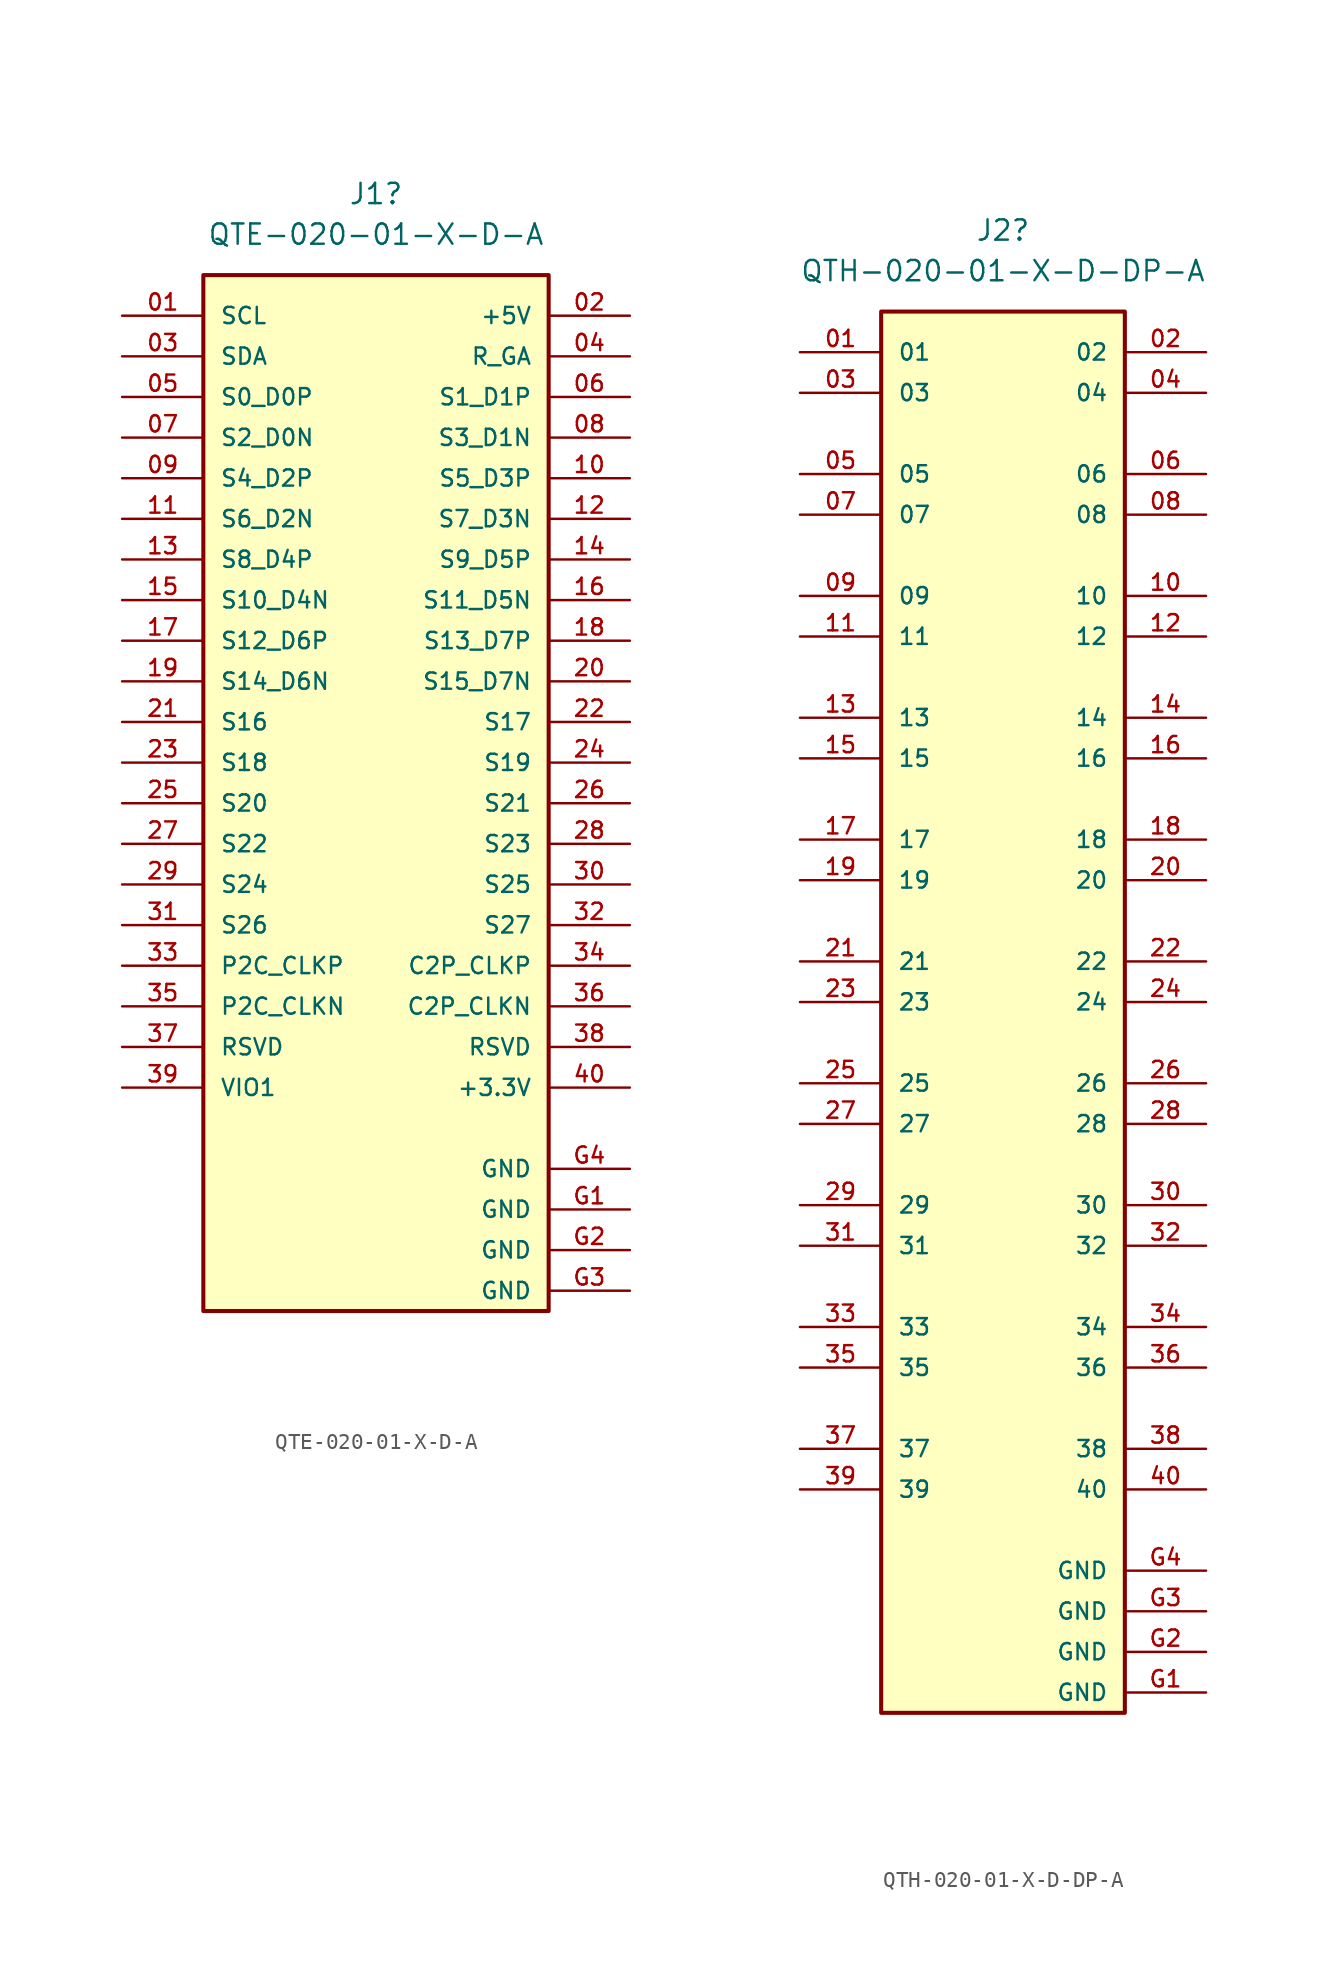
<source format=kicad_sym>
(kicad_symbol_lib
  (version 20231120)
  (generator "kicad_symbol_editor")
  (generator_version "8.0")
  (symbol "QTE-020-01-X-D-A"
    (pin_names
      (offset 1.016))
    (property "Reference" "J1"
      (at -3.175 33.02 0)
      (effects (font (size 1.27 1.27))))
    (property "Value" "QTE-020-01-X-D-A"
      (at -3.175 30.48 0)
      (effects (font (size 1.27 1.27))))
    (symbol "QTE-020-01-X-D-A_0_0"
      (rectangle (start -13.97 27.94) (end 7.62 -36.83) (stroke (width 0.254) (type default)) (fill (type background)))
      (pin passive line (at -19.05 25.4 0) (length 5.08) (name "SCL" (effects (font (size 1.016 1.016)))) (number "01" (effects (font (size 1.016 1.016)))))
      (pin passive line (at 12.7 25.4 180) (length 5.08) (name "+5V" (effects (font (size 1.016 1.016)))) (number "02" (effects (font (size 1.016 1.016)))))
      (pin passive line (at -19.05 22.86 0) (length 5.08) (name "SDA" (effects (font (size 1.016 1.016)))) (number "03" (effects (font (size 1.016 1.016)))))
      (pin passive line (at 12.7 22.86 180) (length 5.08) (name "R_GA" (effects (font (size 1.016 1.016)))) (number "04" (effects (font (size 1.016 1.016)))))
      (pin passive line (at -19.05 20.32 0) (length 5.08) (name "S0_D0P" (effects (font (size 1.016 1.016)))) (number "05" (effects (font (size 1.016 1.016)))))
      (pin passive line (at 12.7 20.32 180) (length 5.08) (name "S1_D1P" (effects (font (size 1.016 1.016)))) (number "06" (effects (font (size 1.016 1.016)))))
      (pin passive line (at -19.05 17.78 0) (length 5.08) (name "S2_D0N" (effects (font (size 1.016 1.016)))) (number "07" (effects (font (size 1.016 1.016)))))
      (pin passive line (at 12.7 17.78 180) (length 5.08) (name "S3_D1N" (effects (font (size 1.016 1.016)))) (number "08" (effects (font (size 1.016 1.016)))))
      (pin passive line (at -19.05 15.24 0) (length 5.08) (name "S4_D2P" (effects (font (size 1.016 1.016)))) (number "09" (effects (font (size 1.016 1.016)))))
      (pin passive line (at 12.7 15.24 180) (length 5.08) (name "S5_D3P" (effects (font (size 1.016 1.016)))) (number "10" (effects (font (size 1.016 1.016)))))
      (pin passive line (at -19.05 12.7 0) (length 5.08) (name "S6_D2N" (effects (font (size 1.016 1.016)))) (number "11" (effects (font (size 1.016 1.016)))))
      (pin passive line (at 12.7 12.7 180) (length 5.08) (name "S7_D3N" (effects (font (size 1.016 1.016)))) (number "12" (effects (font (size 1.016 1.016)))))
      (pin passive line (at -19.05 10.16 0) (length 5.08) (name "S8_D4P" (effects (font (size 1.016 1.016)))) (number "13" (effects (font (size 1.016 1.016)))))
      (pin passive line (at 12.7 10.16 180) (length 5.08) (name "S9_D5P" (effects (font (size 1.016 1.016)))) (number "14" (effects (font (size 1.016 1.016)))))
      (pin passive line (at -19.05 7.62 0) (length 5.08) (name "S10_D4N" (effects (font (size 1.016 1.016)))) (number "15" (effects (font (size 1.016 1.016)))))
      (pin passive line (at 12.7 7.62 180) (length 5.08) (name "S11_D5N" (effects (font (size 1.016 1.016)))) (number "16" (effects (font (size 1.016 1.016)))))
      (pin passive line (at -19.05 5.08 0) (length 5.08) (name "S12_D6P" (effects (font (size 1.016 1.016)))) (number "17" (effects (font (size 1.016 1.016)))))
      (pin passive line (at 12.7 5.08 180) (length 5.08) (name "S13_D7P" (effects (font (size 1.016 1.016)))) (number "18" (effects (font (size 1.016 1.016)))))
      (pin passive line (at -19.05 2.54 0) (length 5.08) (name "S14_D6N" (effects (font (size 1.016 1.016)))) (number "19" (effects (font (size 1.016 1.016)))))
      (pin passive line (at 12.7 2.54 180) (length 5.08) (name "S15_D7N" (effects (font (size 1.016 1.016)))) (number "20" (effects (font (size 1.016 1.016)))))
      (pin passive line (at -19.05 0 0) (length 5.08) (name "S16" (effects (font (size 1.016 1.016)))) (number "21" (effects (font (size 1.016 1.016)))))
      (pin passive line (at 12.7 0 180) (length 5.08) (name "S17" (effects (font (size 1.016 1.016)))) (number "22" (effects (font (size 1.016 1.016)))))
      (pin passive line (at -19.05 -2.54 0) (length 5.08) (name "S18" (effects (font (size 1.016 1.016)))) (number "23" (effects (font (size 1.016 1.016)))))
      (pin passive line (at 12.7 -2.54 180) (length 5.08) (name "S19" (effects (font (size 1.016 1.016)))) (number "24" (effects (font (size 1.016 1.016)))))
      (pin passive line (at -19.05 -5.08 0) (length 5.08) (name "S20" (effects (font (size 1.016 1.016)))) (number "25" (effects (font (size 1.016 1.016)))))
      (pin passive line (at 12.7 -5.08 180) (length 5.08) (name "S21" (effects (font (size 1.016 1.016)))) (number "26" (effects (font (size 1.016 1.016)))))
      (pin passive line (at -19.05 -7.62 0) (length 5.08) (name "S22" (effects (font (size 1.016 1.016)))) (number "27" (effects (font (size 1.016 1.016)))))
      (pin passive line (at 12.7 -7.62 180) (length 5.08) (name "S23" (effects (font (size 1.016 1.016)))) (number "28" (effects (font (size 1.016 1.016)))))
      (pin passive line (at -19.05 -10.16 0) (length 5.08) (name "S24" (effects (font (size 1.016 1.016)))) (number "29" (effects (font (size 1.016 1.016)))))
      (pin passive line (at 12.7 -10.16 180) (length 5.08) (name "S25" (effects (font (size 1.016 1.016)))) (number "30" (effects (font (size 1.016 1.016)))))
      (pin passive line (at -19.05 -12.7 0) (length 5.08) (name "S26" (effects (font (size 1.016 1.016)))) (number "31" (effects (font (size 1.016 1.016)))))
      (pin passive line (at 12.7 -12.7 180) (length 5.08) (name "S27" (effects (font (size 1.016 1.016)))) (number "32" (effects (font (size 1.016 1.016)))))
      (pin passive line (at -19.05 -15.24 0) (length 5.08) (name "P2C_CLKP" (effects (font (size 1.016 1.016)))) (number "33" (effects (font (size 1.016 1.016)))))
      (pin passive line (at 12.7 -15.24 180) (length 5.08) (name "C2P_CLKP" (effects (font (size 1.016 1.016)))) (number "34" (effects (font (size 1.016 1.016)))))
      (pin passive line (at -19.05 -17.78 0) (length 5.08) (name "P2C_CLKN" (effects (font (size 1.016 1.016)))) (number "35" (effects (font (size 1.016 1.016)))))
      (pin passive line (at 12.7 -17.78 180) (length 5.08) (name "C2P_CLKN" (effects (font (size 1.016 1.016)))) (number "36" (effects (font (size 1.016 1.016)))))
      (pin passive line (at -19.05 -20.32 0) (length 5.08) (name "RSVD" (effects (font (size 1.016 1.016)))) (number "37" (effects (font (size 1.016 1.016)))))
      (pin passive line (at 12.7 -20.32 180) (length 5.08) (name "RSVD" (effects (font (size 1.016 1.016)))) (number "38" (effects (font (size 1.016 1.016)))))
      (pin passive line (at -19.05 -22.86 0) (length 5.08) (name "VIO1" (effects (font (size 1.016 1.016)))) (number "39" (effects (font (size 1.016 1.016)))))
      (pin passive line (at 12.7 -22.86 180) (length 5.08) (name "+3.3V" (effects (font (size 1.016 1.016)))) (number "40" (effects (font (size 1.016 1.016)))))
      (pin power_in line (at 12.7 -30.48 180) (length 5.08) (name "GND" (effects (font (size 1.016 1.016)))) (number "G1" (effects (font (size 1.016 1.016)))))
      (pin power_in line (at 12.7 -33.02 180) (length 5.08) (name "GND" (effects (font (size 1.016 1.016)))) (number "G2" (effects (font (size 1.016 1.016)))))
      (pin power_in line (at 12.7 -35.56 180) (length 5.08) (name "GND" (effects (font (size 1.016 1.016)))) (number "G3" (effects (font (size 1.016 1.016)))))
      (pin power_in line (at 12.7 -27.94 180) (length 5.08) (name "GND" (effects (font (size 1.016 1.016)))) (number "G4" (effects (font (size 1.016 1.016)))))))
  (symbol "QTH-020-01-X-D-DP-A"
    (pin_names
      (offset 1.016))
    (property "Reference" "J2"
      (at 0 45.72 0)
      (effects (font (size 1.27 1.27))))
    (property "Value" "QTH-020-01-X-D-DP-A"
      (at 0 43.18 0)
      (effects (font (size 1.27 1.27))))
    (symbol "QTH-020-01-X-D-DP-A_0_0"
      (rectangle (start -7.62 40.64) (end 7.62 -46.99) (stroke (width 0.254) (type default)) (fill (type background)))
      (pin passive line (at -12.7 38.1 0) (length 5.08) (name "01" (effects (font (size 1.016 1.016)))) (number "01" (effects (font (size 1.016 1.016)))))
      (pin passive line (at 12.7 38.1 180) (length 5.08) (name "02" (effects (font (size 1.016 1.016)))) (number "02" (effects (font (size 1.016 1.016)))))
      (pin passive line (at -12.7 35.56 0) (length 5.08) (name "03" (effects (font (size 1.016 1.016)))) (number "03" (effects (font (size 1.016 1.016)))))
      (pin passive line (at 12.7 35.56 180) (length 5.08) (name "04" (effects (font (size 1.016 1.016)))) (number "04" (effects (font (size 1.016 1.016)))))
      (pin passive line (at -12.7 30.48 0) (length 5.08) (name "05" (effects (font (size 1.016 1.016)))) (number "05" (effects (font (size 1.016 1.016)))))
      (pin passive line (at 12.7 30.48 180) (length 5.08) (name "06" (effects (font (size 1.016 1.016)))) (number "06" (effects (font (size 1.016 1.016)))))
      (pin passive line (at -12.7 27.94 0) (length 5.08) (name "07" (effects (font (size 1.016 1.016)))) (number "07" (effects (font (size 1.016 1.016)))))
      (pin passive line (at 12.7 27.94 180) (length 5.08) (name "08" (effects (font (size 1.016 1.016)))) (number "08" (effects (font (size 1.016 1.016)))))
      (pin passive line (at -12.7 22.86 0) (length 5.08) (name "09" (effects (font (size 1.016 1.016)))) (number "09" (effects (font (size 1.016 1.016)))))
      (pin passive line (at 12.7 22.86 180) (length 5.08) (name "10" (effects (font (size 1.016 1.016)))) (number "10" (effects (font (size 1.016 1.016)))))
      (pin passive line (at -12.7 20.32 0) (length 5.08) (name "11" (effects (font (size 1.016 1.016)))) (number "11" (effects (font (size 1.016 1.016)))))
      (pin passive line (at 12.7 20.32 180) (length 5.08) (name "12" (effects (font (size 1.016 1.016)))) (number "12" (effects (font (size 1.016 1.016)))))
      (pin passive line (at -12.7 15.24 0) (length 5.08) (name "13" (effects (font (size 1.016 1.016)))) (number "13" (effects (font (size 1.016 1.016)))))
      (pin passive line (at 12.7 15.24 180) (length 5.08) (name "14" (effects (font (size 1.016 1.016)))) (number "14" (effects (font (size 1.016 1.016)))))
      (pin passive line (at -12.7 12.7 0) (length 5.08) (name "15" (effects (font (size 1.016 1.016)))) (number "15" (effects (font (size 1.016 1.016)))))
      (pin passive line (at 12.7 12.7 180) (length 5.08) (name "16" (effects (font (size 1.016 1.016)))) (number "16" (effects (font (size 1.016 1.016)))))
      (pin passive line (at -12.7 7.62 0) (length 5.08) (name "17" (effects (font (size 1.016 1.016)))) (number "17" (effects (font (size 1.016 1.016)))))
      (pin passive line (at 12.7 7.62 180) (length 5.08) (name "18" (effects (font (size 1.016 1.016)))) (number "18" (effects (font (size 1.016 1.016)))))
      (pin passive line (at -12.7 5.08 0) (length 5.08) (name "19" (effects (font (size 1.016 1.016)))) (number "19" (effects (font (size 1.016 1.016)))))
      (pin passive line (at 12.7 5.08 180) (length 5.08) (name "20" (effects (font (size 1.016 1.016)))) (number "20" (effects (font (size 1.016 1.016)))))
      (pin passive line (at -12.7 0 0) (length 5.08) (name "21" (effects (font (size 1.016 1.016)))) (number "21" (effects (font (size 1.016 1.016)))))
      (pin passive line (at 12.7 0 180) (length 5.08) (name "22" (effects (font (size 1.016 1.016)))) (number "22" (effects (font (size 1.016 1.016)))))
      (pin passive line (at -12.7 -2.54 0) (length 5.08) (name "23" (effects (font (size 1.016 1.016)))) (number "23" (effects (font (size 1.016 1.016)))))
      (pin passive line (at 12.7 -2.54 180) (length 5.08) (name "24" (effects (font (size 1.016 1.016)))) (number "24" (effects (font (size 1.016 1.016)))))
      (pin passive line (at -12.7 -7.62 0) (length 5.08) (name "25" (effects (font (size 1.016 1.016)))) (number "25" (effects (font (size 1.016 1.016)))))
      (pin passive line (at 12.7 -7.62 180) (length 5.08) (name "26" (effects (font (size 1.016 1.016)))) (number "26" (effects (font (size 1.016 1.016)))))
      (pin passive line (at -12.7 -10.16 0) (length 5.08) (name "27" (effects (font (size 1.016 1.016)))) (number "27" (effects (font (size 1.016 1.016)))))
      (pin passive line (at 12.7 -10.16 180) (length 5.08) (name "28" (effects (font (size 1.016 1.016)))) (number "28" (effects (font (size 1.016 1.016)))))
      (pin passive line (at -12.7 -15.24 0) (length 5.08) (name "29" (effects (font (size 1.016 1.016)))) (number "29" (effects (font (size 1.016 1.016)))))
      (pin passive line (at 12.7 -15.24 180) (length 5.08) (name "30" (effects (font (size 1.016 1.016)))) (number "30" (effects (font (size 1.016 1.016)))))
      (pin passive line (at -12.7 -17.78 0) (length 5.08) (name "31" (effects (font (size 1.016 1.016)))) (number "31" (effects (font (size 1.016 1.016)))))
      (pin passive line (at 12.7 -17.78 180) (length 5.08) (name "32" (effects (font (size 1.016 1.016)))) (number "32" (effects (font (size 1.016 1.016)))))
      (pin passive line (at -12.7 -22.86 0) (length 5.08) (name "33" (effects (font (size 1.016 1.016)))) (number "33" (effects (font (size 1.016 1.016)))))
      (pin passive line (at 12.7 -22.86 180) (length 5.08) (name "34" (effects (font (size 1.016 1.016)))) (number "34" (effects (font (size 1.016 1.016)))))
      (pin passive line (at -12.7 -25.4 0) (length 5.08) (name "35" (effects (font (size 1.016 1.016)))) (number "35" (effects (font (size 1.016 1.016)))))
      (pin passive line (at 12.7 -25.4 180) (length 5.08) (name "36" (effects (font (size 1.016 1.016)))) (number "36" (effects (font (size 1.016 1.016)))))
      (pin passive line (at -12.7 -30.48 0) (length 5.08) (name "37" (effects (font (size 1.016 1.016)))) (number "37" (effects (font (size 1.016 1.016)))))
      (pin passive line (at 12.7 -30.48 180) (length 5.08) (name "38" (effects (font (size 1.016 1.016)))) (number "38" (effects (font (size 1.016 1.016)))))
      (pin passive line (at -12.7 -33.02 0) (length 5.08) (name "39" (effects (font (size 1.016 1.016)))) (number "39" (effects (font (size 1.016 1.016)))))
      (pin passive line (at 12.7 -33.02 180) (length 5.08) (name "40" (effects (font (size 1.016 1.016)))) (number "40" (effects (font (size 1.016 1.016)))))
      (pin power_in line (at 12.7 -45.72 180) (length 5.08) (name "GND" (effects (font (size 1.016 1.016)))) (number "G1" (effects (font (size 1.016 1.016)))))
      (pin power_in line (at 12.7 -43.18 180) (length 5.08) (name "GND" (effects (font (size 1.016 1.016)))) (number "G2" (effects (font (size 1.016 1.016)))))
      (pin power_in line (at 12.7 -40.64 180) (length 5.08) (name "GND" (effects (font (size 1.016 1.016)))) (number "G3" (effects (font (size 1.016 1.016)))))
      (pin power_in line (at 12.7 -38.1 180) (length 5.08) (name "GND" (effects (font (size 1.016 1.016)))) (number "G4" (effects (font (size 1.016 1.016))))))))
</source>
